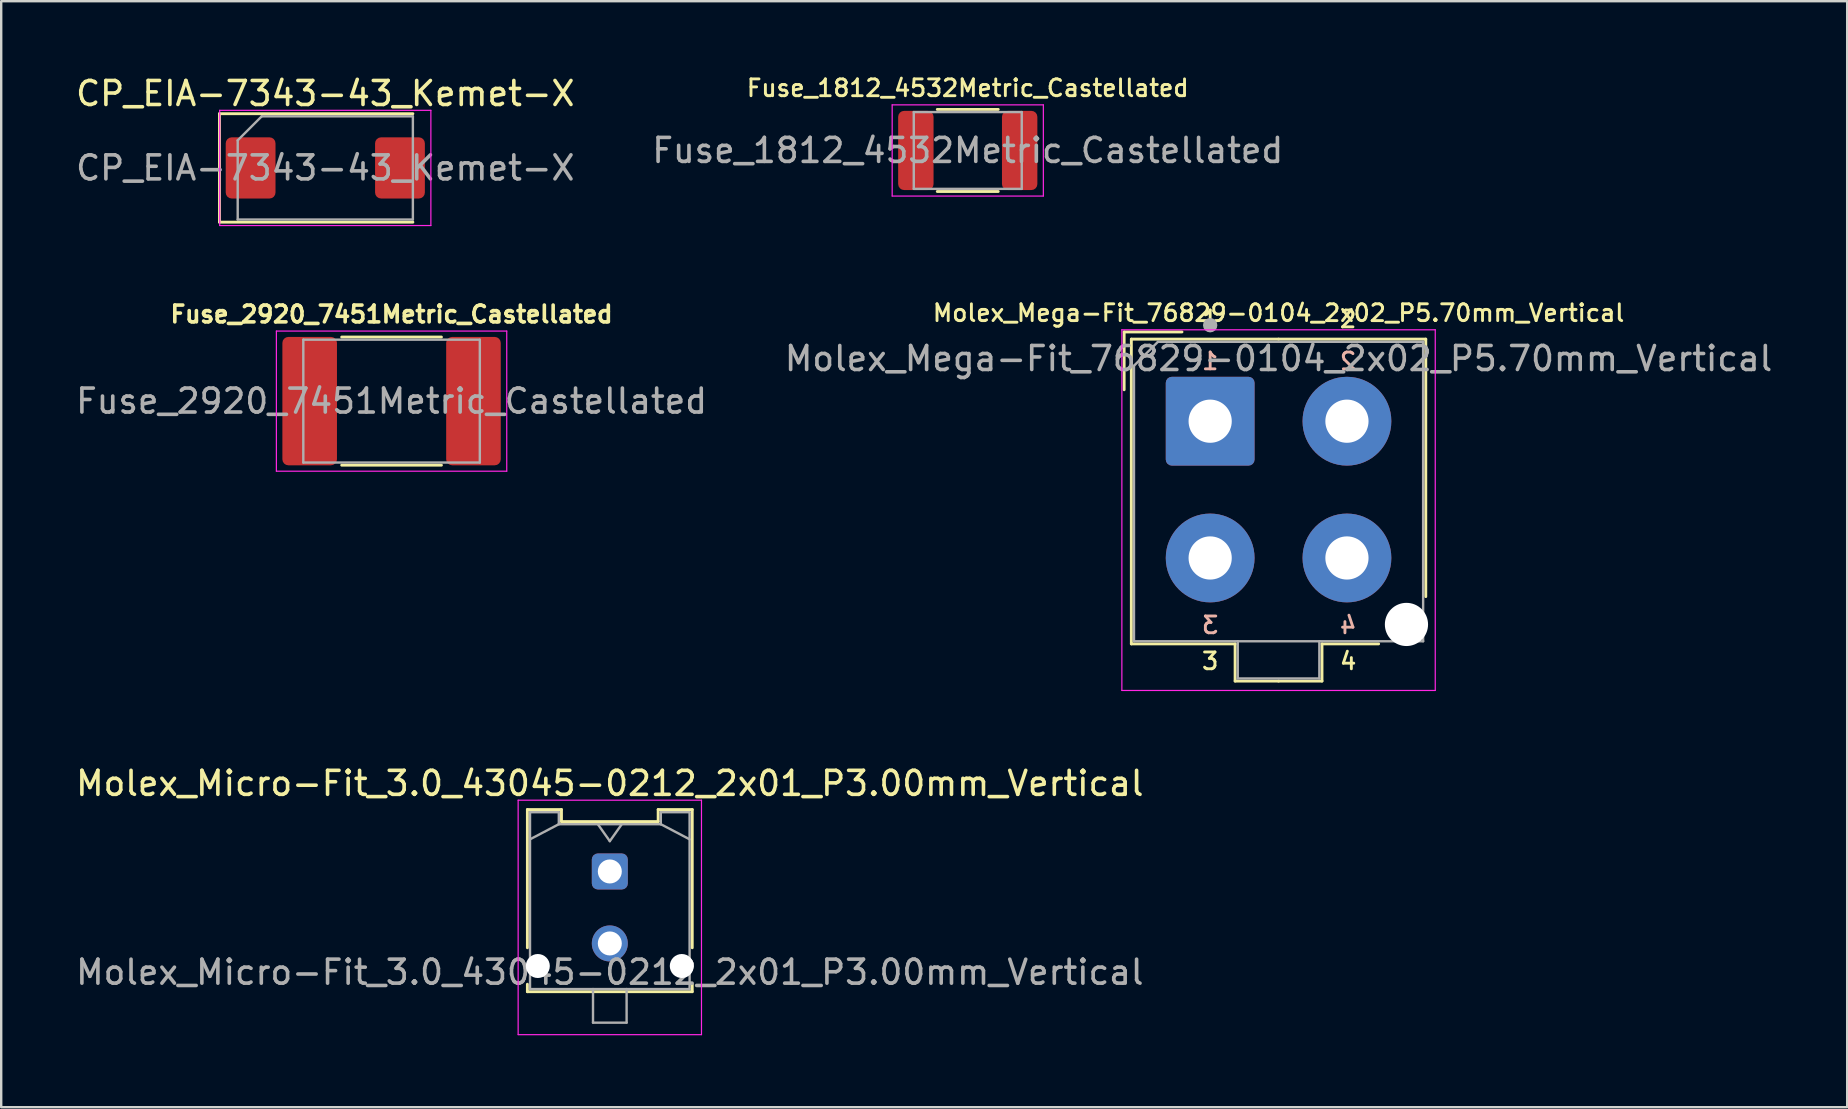
<source format=kicad_pcb>
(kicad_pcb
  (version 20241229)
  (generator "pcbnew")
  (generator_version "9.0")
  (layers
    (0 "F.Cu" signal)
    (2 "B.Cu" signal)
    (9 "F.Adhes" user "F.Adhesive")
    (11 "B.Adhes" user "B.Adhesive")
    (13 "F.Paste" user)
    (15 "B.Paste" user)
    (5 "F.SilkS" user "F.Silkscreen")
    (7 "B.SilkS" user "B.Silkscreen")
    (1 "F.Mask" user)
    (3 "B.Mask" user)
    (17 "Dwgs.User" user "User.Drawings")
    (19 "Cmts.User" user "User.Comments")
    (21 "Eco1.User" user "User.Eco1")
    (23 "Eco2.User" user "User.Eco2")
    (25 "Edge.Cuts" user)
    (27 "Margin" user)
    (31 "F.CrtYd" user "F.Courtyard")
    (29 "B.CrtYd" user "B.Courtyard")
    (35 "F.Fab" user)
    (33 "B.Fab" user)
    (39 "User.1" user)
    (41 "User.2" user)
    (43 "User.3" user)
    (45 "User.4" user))
  (footprint "Molex_Mega-Fit_76829-0104_2x02_P5.70mm_Vertical"
    (layer "F.Cu")
    (at 47.382 14.503)
    (property "Reference" "Molex_Mega-Fit_76829-0104_2x02_P5.70mm_Vertical" (at 2.85 -4.51 0) (layer "F.SilkS") (effects (font (size 0.7 0.7) (thickness 0.12))))
    (attr through_hole)
    (fp_line (start -3.585 -3.72) (end -1.175 -3.72) (stroke (width 0.12) (type solid)) (layer "F.SilkS"))
    (fp_line (start -3.585 -1.31) (end -3.585 -3.72) (stroke (width 0.12) (type solid)) (layer "F.SilkS"))
    (fp_line (start -3.285 -3.42) (end -3.285 9.28) (stroke (width 0.12) (type solid)) (layer "F.SilkS"))
    (fp_line (start -3.285 9.28) (end 1.04 9.28) (stroke (width 0.12) (type solid)) (layer "F.SilkS"))
    (fp_line (start 1.04 9.28) (end 1.04 10.83) (stroke (width 0.12) (type solid)) (layer "F.SilkS"))
    (fp_line (start 1.04 10.83) (end 2.85 10.83) (stroke (width 0.12) (type solid)) (layer "F.SilkS"))
    (fp_line (start 2.85 -3.42) (end -3.285 -3.42) (stroke (width 0.12) (type solid)) (layer "F.SilkS"))
    (fp_line (start 2.85 -3.42) (end 8.985 -3.42) (stroke (width 0.12) (type solid)) (layer "F.SilkS"))
    (fp_line (start 4.66 9.28) (end 4.66 10.83) (stroke (width 0.12) (type solid)) (layer "F.SilkS"))
    (fp_line (start 4.66 10.83) (end 2.85 10.83) (stroke (width 0.12) (type solid)) (layer "F.SilkS"))
    (fp_line (start 7.02 9.28) (end 4.66 9.28) (stroke (width 0.12) (type solid)) (layer "F.SilkS"))
    (fp_line (start 8.985 -3.42) (end 8.985 7.31) (stroke (width 0.12) (type solid)) (layer "F.SilkS"))
    (fp_line (start -3.68 -3.81) (end -3.68 11.22) (stroke (width 0.05) (type solid)) (layer "F.CrtYd"))
    (fp_line (start -3.68 11.22) (end 9.38 11.22) (stroke (width 0.05) (type solid)) (layer "F.CrtYd"))
    (fp_line (start 9.38 -3.81) (end -3.68 -3.81) (stroke (width 0.05) (type solid)) (layer "F.CrtYd"))
    (fp_line (start 9.38 11.22) (end 9.38 -3.81) (stroke (width 0.05) (type solid)) (layer "F.CrtYd"))
    (fp_line (start -3.175 -2.31) (end -3.175 9.17) (stroke (width 0.1) (type solid)) (layer "F.Fab"))
    (fp_line (start -3.175 9.17) (end 8.875 9.17) (stroke (width 0.1) (type solid)) (layer "F.Fab"))
    (fp_line (start -2.175 -3.31) (end -3.175 -2.31) (stroke (width 0.1) (type solid)) (layer "F.Fab"))
    (fp_line (start 1.15 9.17) (end 1.15 10.72) (stroke (width 0.1) (type solid)) (layer "F.Fab"))
    (fp_line (start 1.15 10.72) (end 4.55 10.72) (stroke (width 0.1) (type solid)) (layer "F.Fab"))
    (fp_line (start 4.55 10.72) (end 4.55 9.17) (stroke (width 0.1) (type solid)) (layer "F.Fab"))
    (fp_line (start 8.875 -3.31) (end -2.175 -3.31) (stroke (width 0.1) (type solid)) (layer "F.Fab"))
    (fp_line (start 8.875 9.17) (end 8.875 -3.31) (stroke (width 0.1) (type solid)) (layer "F.Fab"))
    (fp_circle (center 0 -4) (end 0.15 -4) (stroke (width 0.3) (type solid)) (fill no) (layer "F.Fab"))
    (fp_text user "3" (at 0 10 0) (layer "F.SilkS") (effects (font (size 0.7 0.7) (thickness 0.12))))
    (fp_text user "4" (at 5.75 10 0) (layer "F.SilkS") (effects (font (size 0.7 0.7) (thickness 0.12))))
    (fp_text user "1" (at 0 -4.25 0) (layer "F.SilkS") (effects (font (size 0.7 0.7) (thickness 0.12))))
    (fp_text user "2" (at 5.75 -4.25 0) (layer "F.SilkS") (effects (font (size 0.7 0.7) (thickness 0.12))))
    (fp_text user "2" (at 5.75 -2.5 0) (layer "B.SilkS") (effects (font (size 0.7 0.7) (thickness 0.12)) (justify mirror)))
    (fp_text user "1" (at 0 -2.5 0) (layer "B.SilkS") (effects (font (size 0.7 0.7) (thickness 0.12)) (justify mirror)))
    (fp_text user "4" (at 5.75 8.5 0) (layer "B.SilkS") (effects (font (size 0.7 0.7) (thickness 0.12)) (justify mirror)))
    (fp_text user "3" (at 0 8.5 0) (layer "B.SilkS") (effects (font (size 0.7 0.7) (thickness 0.12)) (justify mirror)))
    (fp_text user "${REFERENCE}" (at 2.85 -2.61 0) (layer "F.Fab") (effects (font (size 1 1) (thickness 0.15))))
    (pad "" np_thru_hole circle (at 8.18 8.47) (size 1.8 1.8) (drill 1.8) (layers "*.Cu" "*.Mask"))
    (pad "1" thru_hole roundrect (at 0 0) (size 3.7 3.7) (drill 1.8) (layers "*.Cu" "*.Mask") (roundrect_rratio 0.068))
    (pad "2" thru_hole circle (at 5.7 0) (size 3.7 3.7) (drill 1.8) (layers "*.Cu" "*.Mask"))
    (pad "3" thru_hole circle (at 0 5.7) (size 3.7 3.7) (drill 1.8) (layers "*.Cu" "*.Mask"))
    (pad "4" thru_hole circle (at 5.7 5.7) (size 3.7 3.7) (drill 1.8) (layers "*.Cu" "*.Mask")))
  (footprint "Fuse_2920_7451Metric_Castellated"
    (layer "F.Cu")
    (at 13.268 13.666)
    (property "Reference" "Fuse_2920_7451Metric_Castellated" (at 0 -3.62 0) (layer "F.SilkS") (effects (font (size 0.7 0.7) (thickness 0.15))))
    (attr smd)
    (fp_line (start -2.078 -2.67) (end 2.078 -2.67) (stroke (width 0.12) (type solid)) (layer "F.SilkS"))
    (fp_line (start -2.078 2.67) (end 2.078 2.67) (stroke (width 0.12) (type solid)) (layer "F.SilkS"))
    (fp_line (start -4.8 -2.92) (end 4.8 -2.92) (stroke (width 0.05) (type solid)) (layer "F.CrtYd"))
    (fp_line (start -4.8 2.92) (end -4.8 -2.92) (stroke (width 0.05) (type solid)) (layer "F.CrtYd"))
    (fp_line (start 4.8 -2.92) (end 4.8 2.92) (stroke (width 0.05) (type solid)) (layer "F.CrtYd"))
    (fp_line (start 4.8 2.92) (end -4.8 2.92) (stroke (width 0.05) (type solid)) (layer "F.CrtYd"))
    (fp_line (start -3.678 -2.56) (end 3.678 -2.56) (stroke (width 0.1) (type solid)) (layer "F.Fab"))
    (fp_line (start -3.678 2.56) (end -3.678 -2.56) (stroke (width 0.1) (type solid)) (layer "F.Fab"))
    (fp_line (start 3.678 -2.56) (end 3.678 2.56) (stroke (width 0.1) (type solid)) (layer "F.Fab"))
    (fp_line (start 3.678 2.56) (end -3.678 2.56) (stroke (width 0.1) (type solid)) (layer "F.Fab"))
    (fp_text user "${REFERENCE}" (at 0 0 0) (layer "F.Fab") (effects (font (size 1 1) (thickness 0.15))))
    (pad "1" smd roundrect (at -3.413 0) (size 2.275 5.35) (layers "F.Cu" "F.Mask" "F.Paste") (roundrect_rratio 0.11))
    (pad "2" smd roundrect (at 3.413 0) (size 2.275 5.35) (layers "F.Cu" "F.Mask" "F.Paste") (roundrect_rratio 0.11)))
  (footprint "Molex_Micro-Fit_3.0_43045-0212_2x01_P3.00mm_Vertical"
    (layer "F.Cu")
    (at 22.363 33.267)
    (property "Reference" "Molex_Micro-Fit_3.0_43045-0212_2x01_P3.00mm_Vertical" (at 0 -3.67 0) (layer "F.SilkS") (effects (font (size 1 1) (thickness 0.15))))
    (attr through_hole)
    (fp_line (start -3.435 -2.58) (end -2.015 -2.58) (stroke (width 0.12) (type solid)) (layer "F.SilkS"))
    (fp_line (start -3.435 3.18) (end -3.435 -2.58) (stroke (width 0.12) (type solid)) (layer "F.SilkS"))
    (fp_line (start -3.435 4.7) (end -3.435 5.01) (stroke (width 0.12) (type solid)) (layer "F.SilkS"))
    (fp_line (start -3.435 5.01) (end 3.435 5.01) (stroke (width 0.12) (type solid)) (layer "F.SilkS"))
    (fp_line (start -2.015 -2.58) (end -2.015 -2.08) (stroke (width 0.12) (type solid)) (layer "F.SilkS"))
    (fp_line (start -2.015 -2.08) (end 2.015 -2.08) (stroke (width 0.12) (type solid)) (layer "F.SilkS"))
    (fp_line (start 2.015 -2.58) (end 3.435 -2.58) (stroke (width 0.12) (type solid)) (layer "F.SilkS"))
    (fp_line (start 2.015 -2.08) (end 2.015 -2.58) (stroke (width 0.12) (type solid)) (layer "F.SilkS"))
    (fp_line (start 3.435 -2.58) (end 3.435 3.18) (stroke (width 0.12) (type solid)) (layer "F.SilkS"))
    (fp_line (start 3.435 5.01) (end 3.435 4.7) (stroke (width 0.12) (type solid)) (layer "F.SilkS"))
    (fp_line (start -3.82 -2.97) (end 3.82 -2.97) (stroke (width 0.05) (type solid)) (layer "F.CrtYd"))
    (fp_line (start -3.82 6.8) (end -3.82 -2.97) (stroke (width 0.05) (type solid)) (layer "F.CrtYd"))
    (fp_line (start 3.82 -2.97) (end 3.82 6.8) (stroke (width 0.05) (type solid)) (layer "F.CrtYd"))
    (fp_line (start 3.82 6.8) (end -3.82 6.8) (stroke (width 0.05) (type solid)) (layer "F.CrtYd"))
    (fp_line (start -3.325 -2.47) (end -3.325 4.9) (stroke (width 0.1) (type solid)) (layer "F.Fab"))
    (fp_line (start -3.325 -1.34) (end -2.125 -1.97) (stroke (width 0.1) (type solid)) (layer "F.Fab"))
    (fp_line (start -3.325 4.9) (end 3.325 4.9) (stroke (width 0.1) (type solid)) (layer "F.Fab"))
    (fp_line (start -2.125 -2.47) (end -3.325 -2.47) (stroke (width 0.1) (type solid)) (layer "F.Fab"))
    (fp_line (start -2.125 -1.97) (end -2.125 -2.47) (stroke (width 0.1) (type solid)) (layer "F.Fab"))
    (fp_line (start -0.7 4.9) (end -0.7 6.3) (stroke (width 0.1) (type solid)) (layer "F.Fab"))
    (fp_line (start -0.7 6.3) (end 0.7 6.3) (stroke (width 0.1) (type solid)) (layer "F.Fab"))
    (fp_line (start -0.5 -1.97) (end 0 -1.263) (stroke (width 0.1) (type solid)) (layer "F.Fab"))
    (fp_line (start 0 -1.263) (end 0.5 -1.97) (stroke (width 0.1) (type solid)) (layer "F.Fab"))
    (fp_line (start 0.7 6.3) (end 0.7 4.9) (stroke (width 0.1) (type solid)) (layer "F.Fab"))
    (fp_line (start 2.125 -2.47) (end 2.125 -1.97) (stroke (width 0.1) (type solid)) (layer "F.Fab"))
    (fp_line (start 2.125 -1.97) (end -2.125 -1.97) (stroke (width 0.1) (type solid)) (layer "F.Fab"))
    (fp_line (start 3.325 -2.47) (end 2.125 -2.47) (stroke (width 0.1) (type solid)) (layer "F.Fab"))
    (fp_line (start 3.325 -1.34) (end 2.125 -1.97) (stroke (width 0.1) (type solid)) (layer "F.Fab"))
    (fp_line (start 3.325 4.9) (end 3.325 -2.47) (stroke (width 0.1) (type solid)) (layer "F.Fab"))
    (fp_text user "${REFERENCE}" (at 0 4.2 0) (layer "F.Fab") (effects (font (size 1 1) (thickness 0.15))))
    (pad "" np_thru_hole circle (at -3 3.94) (size 1 1) (drill 1) (layers "*.Cu" "*.Mask"))
    (pad "" np_thru_hole circle (at 3 3.94) (size 1 1) (drill 1) (layers "*.Cu" "*.Mask"))
    (pad "1" thru_hole roundrect (at 0 0) (size 1.5 1.5) (drill 1) (layers "*.Cu" "*.Mask") (roundrect_rratio 0.167))
    (pad "2" thru_hole circle (at 0 3) (size 1.5 1.5) (drill 1) (layers "*.Cu" "*.Mask")))
  (footprint "CP_EIA-7343-43_Kemet-X"
    (layer "F.Cu")
    (at 10.506 3.948)
    (property "Reference" "CP_EIA-7343-43_Kemet-X" (at 0 -3.1 0) (layer "F.SilkS") (effects (font (size 1 1) (thickness 0.15))))
    (attr smd)
    (fp_line (start -4.41 -2.26) (end -4.41 2.26) (stroke (width 0.12) (type solid)) (layer "F.SilkS"))
    (fp_line (start -4.41 2.26) (end 3.65 2.26) (stroke (width 0.12) (type solid)) (layer "F.SilkS"))
    (fp_line (start 3.65 -2.26) (end -4.41 -2.26) (stroke (width 0.12) (type solid)) (layer "F.SilkS"))
    (fp_line (start -4.4 -2.4) (end 4.4 -2.4) (stroke (width 0.05) (type solid)) (layer "F.CrtYd"))
    (fp_line (start -4.4 2.4) (end -4.4 -2.4) (stroke (width 0.05) (type solid)) (layer "F.CrtYd"))
    (fp_line (start 4.4 -2.4) (end 4.4 2.4) (stroke (width 0.05) (type solid)) (layer "F.CrtYd"))
    (fp_line (start 4.4 2.4) (end -4.4 2.4) (stroke (width 0.05) (type solid)) (layer "F.CrtYd"))
    (fp_line (start -3.65 -1.15) (end -3.65 2.15) (stroke (width 0.1) (type solid)) (layer "F.Fab"))
    (fp_line (start -3.65 2.15) (end 3.65 2.15) (stroke (width 0.1) (type solid)) (layer "F.Fab"))
    (fp_line (start -2.65 -2.15) (end -3.65 -1.15) (stroke (width 0.1) (type solid)) (layer "F.Fab"))
    (fp_line (start 3.65 -2.15) (end -2.65 -2.15) (stroke (width 0.1) (type solid)) (layer "F.Fab"))
    (fp_line (start 3.65 2.15) (end 3.65 -2.15) (stroke (width 0.1) (type solid)) (layer "F.Fab"))
    (fp_text user "${REFERENCE}" (at 0 0 0) (layer "F.Fab") (effects (font (size 1 1) (thickness 0.15))))
    (pad "1" smd roundrect (at -3.112 0) (size 2.075 2.55) (layers "F.Cu" "F.Mask" "F.Paste") (roundrect_rratio 0.12))
    (pad "2" smd roundrect (at 3.112 0) (size 2.075 2.55) (layers "F.Cu" "F.Mask" "F.Paste") (roundrect_rratio 0.12)))
  (footprint "Fuse_1812_4532Metric_Castellated"
    (layer "F.Cu")
    (at 37.28 3.22)
    (property "Reference" "Fuse_1812_4532Metric_Castellated" (at 0 -2.6 0) (layer "F.SilkS") (effects (font (size 0.7 0.7) (thickness 0.12))))
    (attr smd)
    (fp_line (start -1.27 -1.71) (end 1.27 -1.71) (stroke (width 0.12) (type solid)) (layer "F.SilkS"))
    (fp_line (start -1.27 1.71) (end 1.27 1.71) (stroke (width 0.12) (type solid)) (layer "F.SilkS"))
    (fp_line (start -3.15 -1.9) (end 3.15 -1.9) (stroke (width 0.05) (type solid)) (layer "F.CrtYd"))
    (fp_line (start -3.15 1.9) (end -3.15 -1.9) (stroke (width 0.05) (type solid)) (layer "F.CrtYd"))
    (fp_line (start 3.15 -1.9) (end 3.15 1.9) (stroke (width 0.05) (type solid)) (layer "F.CrtYd"))
    (fp_line (start 3.15 1.9) (end -3.15 1.9) (stroke (width 0.05) (type solid)) (layer "F.CrtYd"))
    (fp_line (start -2.25 -1.6) (end 2.25 -1.6) (stroke (width 0.1) (type solid)) (layer "F.Fab"))
    (fp_line (start -2.25 1.6) (end -2.25 -1.6) (stroke (width 0.1) (type solid)) (layer "F.Fab"))
    (fp_line (start 2.25 -1.6) (end 2.25 1.6) (stroke (width 0.1) (type solid)) (layer "F.Fab"))
    (fp_line (start 2.25 1.6) (end -2.25 1.6) (stroke (width 0.1) (type solid)) (layer "F.Fab"))
    (fp_text user "${REFERENCE}" (at 0 0 0) (layer "F.Fab") (effects (font (size 1 1) (thickness 0.15))))
    (pad "1" smd roundrect (at -2.163 0) (size 1.475 3.3) (layers "F.Cu" "F.Mask" "F.Paste") (roundrect_rratio 0.169))
    (pad "2" smd roundrect (at 2.163 0) (size 1.475 3.3) (layers "F.Cu" "F.Mask" "F.Paste") (roundrect_rratio 0.169)))
  (gr_rect
    (start -3 -3)
    (end 73.929 43.092)
    (stroke (width 0.1) (type default))
    (fill no)
    (layer "Edge.Cuts")))
</source>
